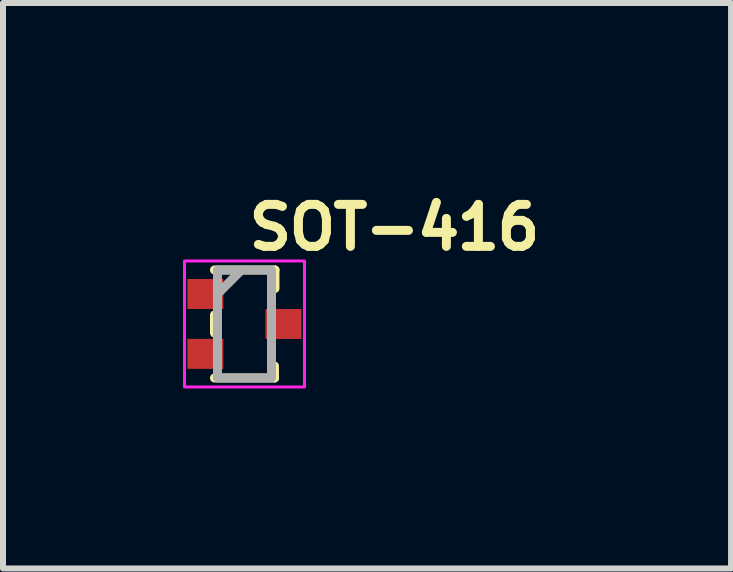
<source format=kicad_pcb>
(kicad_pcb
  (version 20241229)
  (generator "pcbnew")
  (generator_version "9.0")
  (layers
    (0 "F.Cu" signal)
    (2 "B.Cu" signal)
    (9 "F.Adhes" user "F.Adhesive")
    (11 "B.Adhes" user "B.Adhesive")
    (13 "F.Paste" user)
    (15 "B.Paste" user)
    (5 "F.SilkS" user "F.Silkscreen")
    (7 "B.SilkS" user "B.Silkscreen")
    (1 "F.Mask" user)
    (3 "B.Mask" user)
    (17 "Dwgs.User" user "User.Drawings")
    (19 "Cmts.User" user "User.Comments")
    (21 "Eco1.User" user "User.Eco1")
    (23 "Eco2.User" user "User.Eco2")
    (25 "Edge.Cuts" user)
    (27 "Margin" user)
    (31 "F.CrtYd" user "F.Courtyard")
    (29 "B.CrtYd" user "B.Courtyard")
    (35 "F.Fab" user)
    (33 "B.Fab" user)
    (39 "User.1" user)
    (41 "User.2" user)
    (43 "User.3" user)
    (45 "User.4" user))
  (footprint "SOT-416"
    (layer "F.Cu")
    (at 1.025 2.35)
    (property "Reference" "SOT-416" (at 0 -1.2 0) (layer "F.SilkS") (effects (font (size 0.7 0.7) (thickness 0.15)) (justify left bottom)))
    (attr smd)
    (fp_line (start -0.5 -0.15) (end -0.5 0.15) (stroke (width 0.15) (type solid)) (layer "F.SilkS"))
    (fp_line (start 0.5 0.9) (end -0.5 0.9) (stroke (width 0.15) (type solid)) (layer "F.SilkS"))
    (fp_line (start 0.5 0.9) (end 0.5 0.7) (stroke (width 0.15) (type solid)) (layer "F.SilkS"))
    (fp_line (start 0.508 -0.9) (end -0.5 -0.9) (stroke (width 0.15) (type solid)) (layer "F.SilkS"))
    (fp_line (start 0.508 -0.9) (end 0.508 -0.592) (stroke (width 0.15) (type solid)) (layer "F.SilkS"))
    (fp_rect (start -1 -1.05) (end 1 1.05) (stroke (width 0.05) (type solid)) (fill no) (layer "F.CrtYd"))
    (fp_line (start -0.05 -0.9) (end -0.45 -0.5) (stroke (width 0.15) (type solid)) (layer "F.Fab"))
    (fp_rect (start 0.45 0.9) (end -0.45 -0.9) (stroke (width 0.15) (type solid)) (fill no) (layer "F.Fab"))
    (fp_rect (start -0.802 -0.802) (end 0.8 0.8) (stroke (width 0.1) (type solid)) (fill no) (layer "User.5"))
    (fp_line (start -0.8 -0.598) (end -0.8 -0.4) (stroke (width 0.02) (type solid)) (layer "User.9"))
    (fp_line (start -0.8 0.402) (end -0.8 0.6) (stroke (width 0.02) (type solid)) (layer "User.9"))
    (fp_line (start -0.649 -0.598) (end -0.8 -0.598) (stroke (width 0.02) (type solid)) (layer "User.9"))
    (fp_line (start -0.649 -0.4) (end -0.8 -0.4) (stroke (width 0.02) (type solid)) (layer "User.9"))
    (fp_line (start -0.649 0.402) (end -0.8 0.402) (stroke (width 0.02) (type solid)) (layer "User.9"))
    (fp_line (start -0.649 0.6) (end -0.8 0.6) (stroke (width 0.02) (type solid)) (layer "User.9"))
    (fp_line (start -0.598 -0.598) (end -0.649 -0.598) (stroke (width 0.02) (type solid)) (layer "User.9"))
    (fp_line (start -0.598 -0.598) (end -0.598 -0.4) (stroke (width 0.02) (type solid)) (layer "User.9"))
    (fp_line (start -0.598 -0.598) (end -0.598 -0.4) (stroke (width 0.02) (type solid)) (layer "User.9"))
    (fp_line (start -0.598 -0.4) (end -0.649 -0.4) (stroke (width 0.02) (type solid)) (layer "User.9"))
    (fp_line (start -0.598 0.402) (end -0.649 0.402) (stroke (width 0.02) (type solid)) (layer "User.9"))
    (fp_line (start -0.598 0.402) (end -0.598 0.6) (stroke (width 0.02) (type solid)) (layer "User.9"))
    (fp_line (start -0.598 0.402) (end -0.598 0.6) (stroke (width 0.02) (type solid)) (layer "User.9"))
    (fp_line (start -0.598 0.6) (end -0.649 0.6) (stroke (width 0.02) (type solid)) (layer "User.9"))
    (fp_line (start -0.4 -0.8) (end 0.402 -0.8) (stroke (width 0.02) (type solid)) (layer "User.9"))
    (fp_line (start -0.4 -0.598) (end -0.4 -0.8) (stroke (width 0.02) (type solid)) (layer "User.9"))
    (fp_line (start -0.4 0.402) (end -0.4 -0.4) (stroke (width 0.02) (type solid)) (layer "User.9"))
    (fp_line (start -0.4 0.802) (end -0.4 0.6) (stroke (width 0.02) (type solid)) (layer "User.9"))
    (fp_line (start -0.4 0.802) (end 0.402 0.802) (stroke (width 0.02) (type solid)) (layer "User.9"))
    (fp_line (start -0.395 -0.598) (end -0.598 -0.598) (stroke (width 0.02) (type solid)) (layer "User.9"))
    (fp_line (start -0.395 -0.598) (end -0.395 -0.4) (stroke (width 0.02) (type solid)) (layer "User.9"))
    (fp_line (start -0.395 -0.4) (end -0.598 -0.4) (stroke (width 0.02) (type solid)) (layer "User.9"))
    (fp_line (start -0.395 0.402) (end -0.598 0.402) (stroke (width 0.02) (type solid)) (layer "User.9"))
    (fp_line (start -0.395 0.402) (end -0.395 0.6) (stroke (width 0.02) (type solid)) (layer "User.9"))
    (fp_line (start -0.395 0.6) (end -0.598 0.6) (stroke (width 0.02) (type solid)) (layer "User.9"))
    (fp_line (start -0.381 -0.782) (end -0.4 -0.8) (stroke (width 0.02) (type solid)) (layer "User.9"))
    (fp_line (start -0.381 -0.782) (end 0.383 -0.782) (stroke (width 0.02) (type solid)) (layer "User.9"))
    (fp_line (start -0.381 0.784) (end -0.4 0.802) (stroke (width 0.02) (type solid)) (layer "User.9"))
    (fp_line (start -0.381 0.784) (end -0.381 -0.782) (stroke (width 0.02) (type solid)) (layer "User.9"))
    (fp_line (start -0.381 0.784) (end 0.383 0.784) (stroke (width 0.02) (type solid)) (layer "User.9"))
    (fp_line (start 0.383 -0.782) (end 0.402 -0.8) (stroke (width 0.02) (type solid)) (layer "User.9"))
    (fp_line (start 0.383 0.784) (end 0.383 -0.782) (stroke (width 0.02) (type solid)) (layer "User.9"))
    (fp_line (start 0.383 0.784) (end 0.402 0.802) (stroke (width 0.02) (type solid)) (layer "User.9"))
    (fp_line (start 0.397 -0.148) (end 0.397 0.15) (stroke (width 0.02) (type solid)) (layer "User.9"))
    (fp_line (start 0.402 -0.148) (end 0.402 -0.8) (stroke (width 0.02) (type solid)) (layer "User.9"))
    (fp_line (start 0.402 0.802) (end 0.402 0.15) (stroke (width 0.02) (type solid)) (layer "User.9"))
    (fp_line (start 0.6 -0.148) (end 0.397 -0.148) (stroke (width 0.02) (type solid)) (layer "User.9"))
    (fp_line (start 0.6 -0.148) (end 0.6 0.15) (stroke (width 0.02) (type solid)) (layer "User.9"))
    (fp_line (start 0.6 0.15) (end 0.397 0.15) (stroke (width 0.02) (type solid)) (layer "User.9"))
    (fp_line (start 0.652 -0.148) (end 0.6 -0.148) (stroke (width 0.02) (type solid)) (layer "User.9"))
    (fp_line (start 0.652 0.15) (end 0.6 0.15) (stroke (width 0.02) (type solid)) (layer "User.9"))
    (fp_line (start 0.802 -0.148) (end 0.652 -0.148) (stroke (width 0.02) (type solid)) (layer "User.9"))
    (fp_line (start 0.802 -0.148) (end 0.802 0.15) (stroke (width 0.02) (type solid)) (layer "User.9"))
    (fp_line (start 0.802 0.15) (end 0.652 0.15) (stroke (width 0.02) (type solid)) (layer "User.9"))
    (pad "1" smd rect (at -0.652 -0.5) (size 0.6 0.5) (layers "F.Cu" "F.Mask" "F.Paste"))
    (pad "2" smd rect (at -0.652 0.498) (size 0.6 0.5) (layers "F.Cu" "F.Mask" "F.Paste"))
    (pad "3" smd rect (at 0.65 0) (size 0.6 0.5) (layers "F.Cu" "F.Mask" "F.Paste")))
  (gr_rect
    (start -3 -3)
    (end 9.135 6.425)
    (stroke (width 0.1) (type default))
    (fill no)
    (layer "Edge.Cuts")))
</source>
